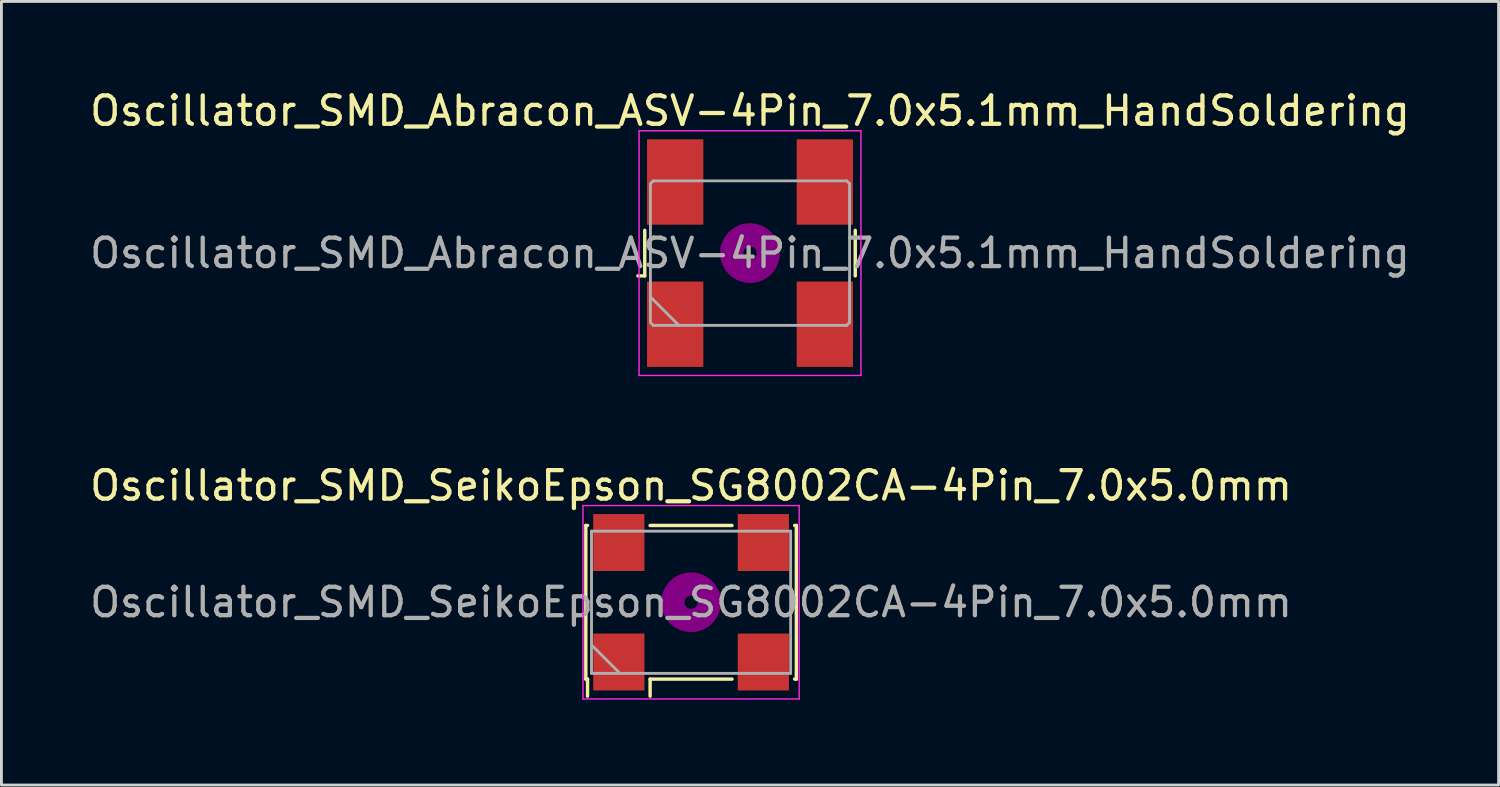
<source format=kicad_pcb>
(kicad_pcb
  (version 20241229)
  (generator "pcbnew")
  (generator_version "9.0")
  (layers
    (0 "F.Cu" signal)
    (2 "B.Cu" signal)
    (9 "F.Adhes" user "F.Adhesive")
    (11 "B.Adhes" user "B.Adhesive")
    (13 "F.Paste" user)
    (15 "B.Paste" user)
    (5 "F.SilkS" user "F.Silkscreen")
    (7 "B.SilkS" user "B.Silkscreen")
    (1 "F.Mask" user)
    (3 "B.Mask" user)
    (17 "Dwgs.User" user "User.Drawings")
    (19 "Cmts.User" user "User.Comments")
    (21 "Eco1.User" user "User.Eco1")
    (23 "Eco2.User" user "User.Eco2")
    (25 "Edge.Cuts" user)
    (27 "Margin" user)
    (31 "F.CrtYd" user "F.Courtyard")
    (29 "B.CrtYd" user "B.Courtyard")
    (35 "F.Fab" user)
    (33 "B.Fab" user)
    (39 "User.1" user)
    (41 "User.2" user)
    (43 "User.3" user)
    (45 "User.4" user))
  (footprint "Oscillator_SMD_SeikoEpson_SG8002CA-4Pin_7.0x5.0mm"
    (layer "F.Cu")
    (at 21.244 18.122)
    (property "Reference" "Oscillator_SMD_SeikoEpson_SG8002CA-4Pin_7.0x5.0mm" (at 0 -4.1 0) (layer "F.SilkS") (effects (font (size 1 1) (thickness 0.15))))
    (attr smd)
    (fp_line (start -3.7 -2.7) (end -3.64 -2.7) (stroke (width 0.12) (type solid)) (layer "F.SilkS"))
    (fp_line (start -3.7 2.7) (end -3.7 -2.7) (stroke (width 0.12) (type solid)) (layer "F.SilkS"))
    (fp_line (start -3.64 2.7) (end -3.7 2.7) (stroke (width 0.12) (type solid)) (layer "F.SilkS"))
    (fp_line (start -3.64 3.3) (end -3.64 2.7) (stroke (width 0.12) (type solid)) (layer "F.SilkS"))
    (fp_line (start -1.44 -2.7) (end 1.44 -2.7) (stroke (width 0.12) (type solid)) (layer "F.SilkS"))
    (fp_line (start -1.44 2.7) (end -1.44 3.3) (stroke (width 0.12) (type solid)) (layer "F.SilkS"))
    (fp_line (start 1.44 2.7) (end -1.44 2.7) (stroke (width 0.12) (type solid)) (layer "F.SilkS"))
    (fp_line (start 3.64 -2.7) (end 3.7 -2.7) (stroke (width 0.12) (type solid)) (layer "F.SilkS"))
    (fp_line (start 3.7 -2.7) (end 3.7 2.7) (stroke (width 0.12) (type solid)) (layer "F.SilkS"))
    (fp_line (start 3.7 2.7) (end 3.64 2.7) (stroke (width 0.12) (type solid)) (layer "F.SilkS"))
    (fp_circle (center 0 0) (end 0.233 0) (stroke (width 0.467) (type solid)) (fill no) (layer "F.Adhes"))
    (fp_circle (center 0 0) (end 0.533 0) (stroke (width 0.333) (type solid)) (fill no) (layer "F.Adhes"))
    (fp_circle (center 0 0) (end 0.833 0) (stroke (width 0.333) (type solid)) (fill no) (layer "F.Adhes"))
    (fp_circle (center 0 0) (end 1 0) (stroke (width 0.1) (type solid)) (fill no) (layer "F.Adhes"))
    (fp_line (start -3.8 -3.4) (end -3.8 3.4) (stroke (width 0.05) (type solid)) (layer "F.CrtYd"))
    (fp_line (start -3.8 3.4) (end 3.8 3.4) (stroke (width 0.05) (type solid)) (layer "F.CrtYd"))
    (fp_line (start 3.8 -3.4) (end -3.8 -3.4) (stroke (width 0.05) (type solid)) (layer "F.CrtYd"))
    (fp_line (start 3.8 3.4) (end 3.8 -3.4) (stroke (width 0.05) (type solid)) (layer "F.CrtYd"))
    (fp_line (start -3.5 -2.5) (end -3.5 2.5) (stroke (width 0.1) (type solid)) (layer "F.Fab"))
    (fp_line (start -3.5 1.5) (end -2.5 2.5) (stroke (width 0.1) (type solid)) (layer "F.Fab"))
    (fp_line (start -3.5 2.5) (end 3.5 2.5) (stroke (width 0.1) (type solid)) (layer "F.Fab"))
    (fp_line (start 3.5 -2.5) (end -3.5 -2.5) (stroke (width 0.1) (type solid)) (layer "F.Fab"))
    (fp_line (start 3.5 2.5) (end 3.5 -2.5) (stroke (width 0.1) (type solid)) (layer "F.Fab"))
    (fp_text user "${REFERENCE}" (at 0 0 0) (layer "F.Fab") (effects (font (size 1 1) (thickness 0.15))))
    (pad "1" smd rect (at -2.54 2.1) (size 1.8 2) (layers "F.Cu" "F.Mask" "F.Paste"))
    (pad "2" smd rect (at 2.54 2.1) (size 1.8 2) (layers "F.Cu" "F.Mask" "F.Paste"))
    (pad "3" smd rect (at 2.54 -2.1) (size 1.8 2) (layers "F.Cu" "F.Mask" "F.Paste"))
    (pad "4" smd rect (at -2.54 -2.1) (size 1.8 2) (layers "F.Cu" "F.Mask" "F.Paste")))
  (footprint "Oscillator_SMD_Abracon_ASV-4Pin_7.0x5.1mm_HandSoldering"
    (layer "F.Cu")
    (at 23.315 5.848)
    (property "Reference" "Oscillator_SMD_Abracon_ASV-4Pin_7.0x5.1mm_HandSoldering" (at 0 -5 0) (layer "F.SilkS") (effects (font (size 1 1) (thickness 0.15))))
    (attr smd)
    (fp_line (start -3.94 0.8) (end -3.7 0.8) (stroke (width 0.12) (type solid)) (layer "F.SilkS"))
    (fp_line (start -3.7 0.8) (end -3.7 -0.8) (stroke (width 0.12) (type solid)) (layer "F.SilkS"))
    (fp_line (start 3.7 -0.8) (end 3.7 0.8) (stroke (width 0.12) (type solid)) (layer "F.SilkS"))
    (fp_circle (center 0 0) (end 0.233 0) (stroke (width 0.467) (type solid)) (fill no) (layer "F.Adhes"))
    (fp_circle (center 0 0) (end 0.533 0) (stroke (width 0.333) (type solid)) (fill no) (layer "F.Adhes"))
    (fp_circle (center 0 0) (end 0.833 0) (stroke (width 0.333) (type solid)) (fill no) (layer "F.Adhes"))
    (fp_circle (center 0 0) (end 1 0) (stroke (width 0.1) (type solid)) (fill no) (layer "F.Adhes"))
    (fp_line (start -3.9 -4.3) (end -3.9 4.3) (stroke (width 0.05) (type solid)) (layer "F.CrtYd"))
    (fp_line (start -3.9 4.3) (end 3.9 4.3) (stroke (width 0.05) (type solid)) (layer "F.CrtYd"))
    (fp_line (start 3.9 -4.3) (end -3.9 -4.3) (stroke (width 0.05) (type solid)) (layer "F.CrtYd"))
    (fp_line (start 3.9 4.3) (end 3.9 -4.3) (stroke (width 0.05) (type solid)) (layer "F.CrtYd"))
    (fp_line (start -3.5 -2.44) (end -3.4 -2.54) (stroke (width 0.1) (type solid)) (layer "F.Fab"))
    (fp_line (start -3.5 1.54) (end -2.5 2.54) (stroke (width 0.1) (type solid)) (layer "F.Fab"))
    (fp_line (start -3.5 2.44) (end -3.5 -2.44) (stroke (width 0.1) (type solid)) (layer "F.Fab"))
    (fp_line (start -3.4 -2.54) (end 3.4 -2.54) (stroke (width 0.1) (type solid)) (layer "F.Fab"))
    (fp_line (start -3.4 2.54) (end -3.5 2.44) (stroke (width 0.1) (type solid)) (layer "F.Fab"))
    (fp_line (start 3.4 -2.54) (end 3.5 -2.44) (stroke (width 0.1) (type solid)) (layer "F.Fab"))
    (fp_line (start 3.4 2.54) (end -3.4 2.54) (stroke (width 0.1) (type solid)) (layer "F.Fab"))
    (fp_line (start 3.5 -2.44) (end 3.5 2.44) (stroke (width 0.1) (type solid)) (layer "F.Fab"))
    (fp_line (start 3.5 2.44) (end 3.4 2.54) (stroke (width 0.1) (type solid)) (layer "F.Fab"))
    (fp_text user "${REFERENCE}" (at 0 0 0) (layer "F.Fab") (effects (font (size 1 1) (thickness 0.15))))
    (pad "1" smd rect (at -2.63 2.5) (size 1.98 3) (layers "F.Cu" "F.Mask" "F.Paste"))
    (pad "2" smd rect (at 2.63 2.5) (size 1.98 3) (layers "F.Cu" "F.Mask" "F.Paste"))
    (pad "3" smd rect (at 2.63 -2.5) (size 1.98 3) (layers "F.Cu" "F.Mask" "F.Paste"))
    (pad "4" smd rect (at -2.63 -2.5) (size 1.98 3) (layers "F.Cu" "F.Mask" "F.Paste")))
  (gr_rect
    (start -3 -3)
    (end 49.631 24.547)
    (stroke (width 0.1) (type default))
    (fill no)
    (layer "Edge.Cuts")))
</source>
